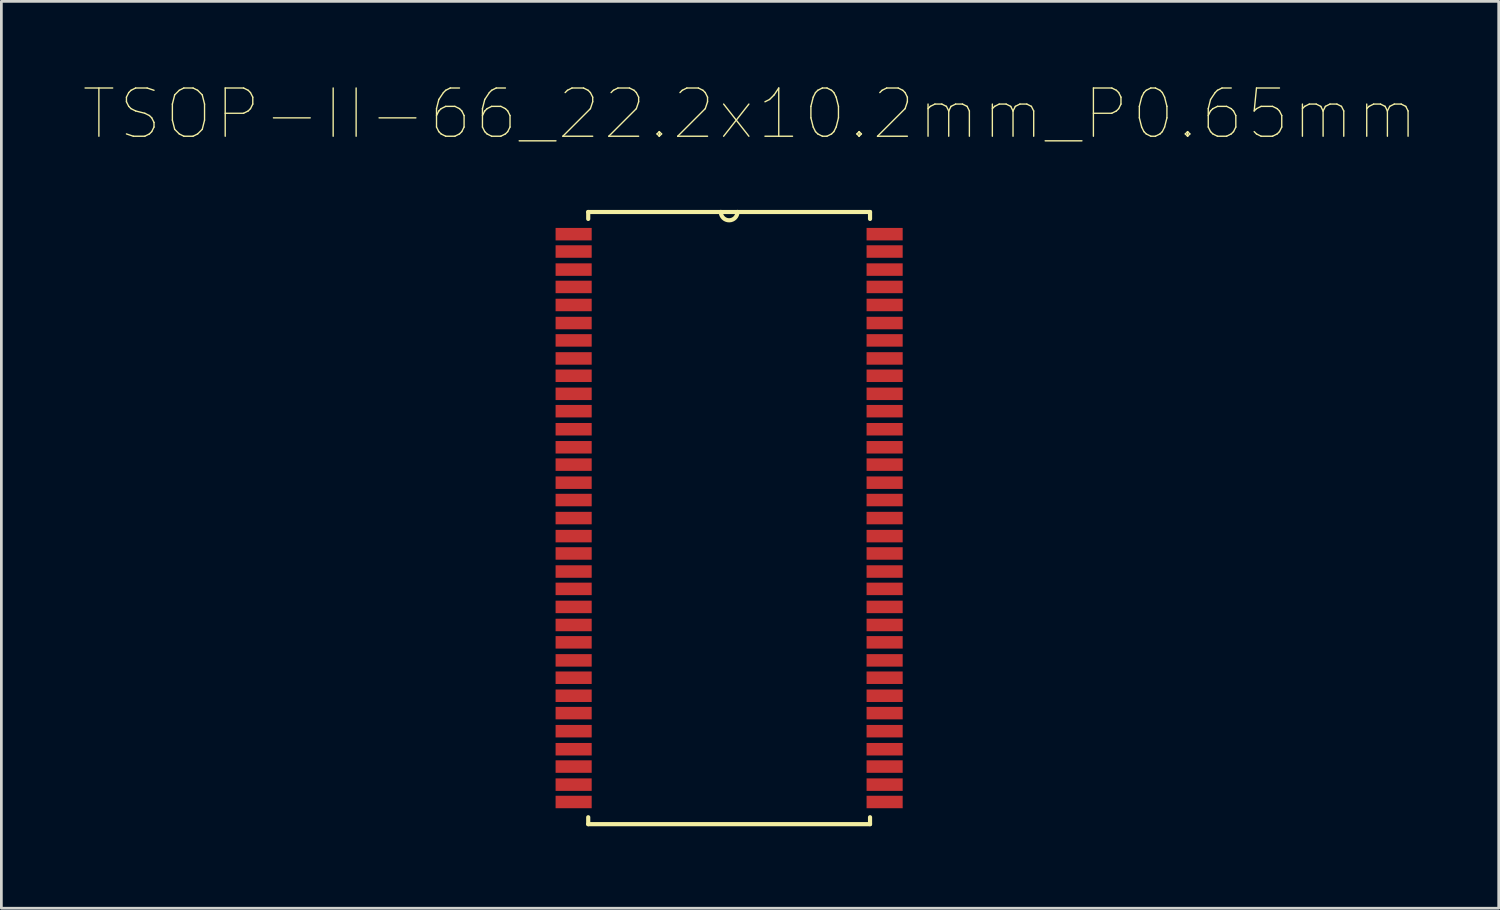
<source format=kicad_pcb>
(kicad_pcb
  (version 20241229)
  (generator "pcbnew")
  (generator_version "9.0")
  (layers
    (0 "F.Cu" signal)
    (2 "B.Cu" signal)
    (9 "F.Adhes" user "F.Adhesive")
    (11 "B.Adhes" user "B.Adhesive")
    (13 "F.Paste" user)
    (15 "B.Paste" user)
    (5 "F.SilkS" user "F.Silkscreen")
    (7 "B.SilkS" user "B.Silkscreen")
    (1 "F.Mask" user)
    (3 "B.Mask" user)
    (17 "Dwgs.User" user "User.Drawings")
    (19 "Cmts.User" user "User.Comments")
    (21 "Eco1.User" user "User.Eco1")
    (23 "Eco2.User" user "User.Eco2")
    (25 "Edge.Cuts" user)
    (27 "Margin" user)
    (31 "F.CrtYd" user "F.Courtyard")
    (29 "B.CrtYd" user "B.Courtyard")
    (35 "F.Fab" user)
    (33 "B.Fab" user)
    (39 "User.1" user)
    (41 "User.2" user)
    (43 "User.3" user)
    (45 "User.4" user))
  (footprint "TSOP-II-66_22.2x10.2mm_P0.65mm"
    (layer "F.Cu")
    (at 23.631 15.908)
    (property "Reference" "TSOP-II-66_22.2x10.2mm_P0.65mm" (at 0.765 -14.787 0) (layer "F.SilkS") (effects (font (size 1.765 1.765) (thickness 0.05))))
    (attr smd)
    (fp_line (start -5.156 -11.201) (end -5.156 -10.947) (stroke (width 0.152) (type solid)) (layer "F.SilkS"))
    (fp_line (start -5.156 10.947) (end -5.156 11.201) (stroke (width 0.152) (type solid)) (layer "F.SilkS"))
    (fp_line (start -5.156 11.201) (end 5.156 11.201) (stroke (width 0.152) (type solid)) (layer "F.SilkS"))
    (fp_line (start -0.305 -11.201) (end -5.156 -11.201) (stroke (width 0.152) (type solid)) (layer "F.SilkS"))
    (fp_line (start 0.305 -11.201) (end -0.305 -11.201) (stroke (width 0.152) (type solid)) (layer "F.SilkS"))
    (fp_line (start 5.156 -11.201) (end 0.305 -11.201) (stroke (width 0.152) (type solid)) (layer "F.SilkS"))
    (fp_line (start 5.156 -10.947) (end 5.156 -11.201) (stroke (width 0.152) (type solid)) (layer "F.SilkS"))
    (fp_line (start 5.156 11.201) (end 5.156 10.947) (stroke (width 0.152) (type solid)) (layer "F.SilkS"))
    (fp_arc (start 0.3048 -11.2014) (mid 0 -10.8966) (end -0.3048 -11.2014) (stroke (width 0.1524) (type solid)) (layer "F.SilkS"))
    (fp_line (start -5.969 -10.592) (end -5.969 -10.211) (stroke (width 0.1) (type solid)) (layer "Eco2.User"))
    (fp_line (start -5.969 -10.211) (end -5.156 -10.211) (stroke (width 0.1) (type solid)) (layer "Eco2.User"))
    (fp_line (start -5.969 -9.957) (end -5.969 -9.55) (stroke (width 0.1) (type solid)) (layer "Eco2.User"))
    (fp_line (start -5.969 -9.55) (end -5.156 -9.55) (stroke (width 0.1) (type solid)) (layer "Eco2.User"))
    (fp_line (start -5.969 -9.296) (end -5.969 -8.89) (stroke (width 0.1) (type solid)) (layer "Eco2.User"))
    (fp_line (start -5.969 -8.89) (end -5.156 -8.89) (stroke (width 0.1) (type solid)) (layer "Eco2.User"))
    (fp_line (start -5.969 -8.661) (end -5.969 -8.255) (stroke (width 0.1) (type solid)) (layer "Eco2.User"))
    (fp_line (start -5.969 -8.255) (end -5.156 -8.255) (stroke (width 0.1) (type solid)) (layer "Eco2.User"))
    (fp_line (start -5.969 -8.001) (end -5.969 -7.595) (stroke (width 0.1) (type solid)) (layer "Eco2.User"))
    (fp_line (start -5.969 -7.595) (end -5.156 -7.595) (stroke (width 0.1) (type solid)) (layer "Eco2.User"))
    (fp_line (start -5.969 -7.341) (end -5.969 -6.96) (stroke (width 0.1) (type solid)) (layer "Eco2.User"))
    (fp_line (start -5.969 -6.96) (end -5.156 -6.96) (stroke (width 0.1) (type solid)) (layer "Eco2.User"))
    (fp_line (start -5.969 -6.706) (end -5.969 -6.299) (stroke (width 0.1) (type solid)) (layer "Eco2.User"))
    (fp_line (start -5.969 -6.299) (end -5.156 -6.299) (stroke (width 0.1) (type solid)) (layer "Eco2.User"))
    (fp_line (start -5.969 -6.045) (end -5.969 -5.639) (stroke (width 0.1) (type solid)) (layer "Eco2.User"))
    (fp_line (start -5.969 -5.639) (end -5.156 -5.639) (stroke (width 0.1) (type solid)) (layer "Eco2.User"))
    (fp_line (start -5.969 -5.41) (end -5.969 -5.004) (stroke (width 0.1) (type solid)) (layer "Eco2.User"))
    (fp_line (start -5.969 -5.004) (end -5.156 -5.004) (stroke (width 0.1) (type solid)) (layer "Eco2.User"))
    (fp_line (start -5.969 -4.75) (end -5.969 -4.343) (stroke (width 0.1) (type solid)) (layer "Eco2.User"))
    (fp_line (start -5.969 -4.343) (end -5.156 -4.343) (stroke (width 0.1) (type solid)) (layer "Eco2.User"))
    (fp_line (start -5.969 -4.089) (end -5.969 -3.708) (stroke (width 0.1) (type solid)) (layer "Eco2.User"))
    (fp_line (start -5.969 -3.708) (end -5.156 -3.708) (stroke (width 0.1) (type solid)) (layer "Eco2.User"))
    (fp_line (start -5.969 -3.454) (end -5.969 -3.048) (stroke (width 0.1) (type solid)) (layer "Eco2.User"))
    (fp_line (start -5.969 -3.048) (end -5.156 -3.048) (stroke (width 0.1) (type solid)) (layer "Eco2.User"))
    (fp_line (start -5.969 -2.794) (end -5.969 -2.388) (stroke (width 0.1) (type solid)) (layer "Eco2.User"))
    (fp_line (start -5.969 -2.388) (end -5.156 -2.388) (stroke (width 0.1) (type solid)) (layer "Eco2.User"))
    (fp_line (start -5.969 -2.159) (end -5.969 -1.753) (stroke (width 0.1) (type solid)) (layer "Eco2.User"))
    (fp_line (start -5.969 -1.753) (end -5.156 -1.753) (stroke (width 0.1) (type solid)) (layer "Eco2.User"))
    (fp_line (start -5.969 -1.499) (end -5.969 -1.092) (stroke (width 0.1) (type solid)) (layer "Eco2.User"))
    (fp_line (start -5.969 -1.092) (end -5.156 -1.092) (stroke (width 0.1) (type solid)) (layer "Eco2.User"))
    (fp_line (start -5.969 -0.838) (end -5.969 -0.457) (stroke (width 0.1) (type solid)) (layer "Eco2.User"))
    (fp_line (start -5.969 -0.457) (end -5.156 -0.457) (stroke (width 0.1) (type solid)) (layer "Eco2.User"))
    (fp_line (start -5.969 -0.203) (end -5.969 0.203) (stroke (width 0.1) (type solid)) (layer "Eco2.User"))
    (fp_line (start -5.969 0.203) (end -5.156 0.203) (stroke (width 0.1) (type solid)) (layer "Eco2.User"))
    (fp_line (start -5.969 0.457) (end -5.969 0.838) (stroke (width 0.1) (type solid)) (layer "Eco2.User"))
    (fp_line (start -5.969 0.838) (end -5.156 0.838) (stroke (width 0.1) (type solid)) (layer "Eco2.User"))
    (fp_line (start -5.969 1.092) (end -5.969 1.499) (stroke (width 0.1) (type solid)) (layer "Eco2.User"))
    (fp_line (start -5.969 1.499) (end -5.156 1.499) (stroke (width 0.1) (type solid)) (layer "Eco2.User"))
    (fp_line (start -5.969 1.753) (end -5.969 2.159) (stroke (width 0.1) (type solid)) (layer "Eco2.User"))
    (fp_line (start -5.969 2.159) (end -5.156 2.159) (stroke (width 0.1) (type solid)) (layer "Eco2.User"))
    (fp_line (start -5.969 2.388) (end -5.969 2.794) (stroke (width 0.1) (type solid)) (layer "Eco2.User"))
    (fp_line (start -5.969 2.794) (end -5.156 2.794) (stroke (width 0.1) (type solid)) (layer "Eco2.User"))
    (fp_line (start -5.969 3.048) (end -5.969 3.454) (stroke (width 0.1) (type solid)) (layer "Eco2.User"))
    (fp_line (start -5.969 3.454) (end -5.156 3.454) (stroke (width 0.1) (type solid)) (layer "Eco2.User"))
    (fp_line (start -5.969 3.708) (end -5.969 4.089) (stroke (width 0.1) (type solid)) (layer "Eco2.User"))
    (fp_line (start -5.969 4.089) (end -5.156 4.089) (stroke (width 0.1) (type solid)) (layer "Eco2.User"))
    (fp_line (start -5.969 4.343) (end -5.969 4.75) (stroke (width 0.1) (type solid)) (layer "Eco2.User"))
    (fp_line (start -5.969 4.75) (end -5.156 4.75) (stroke (width 0.1) (type solid)) (layer "Eco2.User"))
    (fp_line (start -5.969 5.004) (end -5.969 5.41) (stroke (width 0.1) (type solid)) (layer "Eco2.User"))
    (fp_line (start -5.969 5.41) (end -5.156 5.41) (stroke (width 0.1) (type solid)) (layer "Eco2.User"))
    (fp_line (start -5.969 5.639) (end -5.969 6.045) (stroke (width 0.1) (type solid)) (layer "Eco2.User"))
    (fp_line (start -5.969 6.045) (end -5.156 6.045) (stroke (width 0.1) (type solid)) (layer "Eco2.User"))
    (fp_line (start -5.969 6.299) (end -5.969 6.706) (stroke (width 0.1) (type solid)) (layer "Eco2.User"))
    (fp_line (start -5.969 6.706) (end -5.156 6.706) (stroke (width 0.1) (type solid)) (layer "Eco2.User"))
    (fp_line (start -5.969 6.96) (end -5.969 7.341) (stroke (width 0.1) (type solid)) (layer "Eco2.User"))
    (fp_line (start -5.969 7.341) (end -5.156 7.341) (stroke (width 0.1) (type solid)) (layer "Eco2.User"))
    (fp_line (start -5.969 7.595) (end -5.969 8.001) (stroke (width 0.1) (type solid)) (layer "Eco2.User"))
    (fp_line (start -5.969 8.001) (end -5.156 8.001) (stroke (width 0.1) (type solid)) (layer "Eco2.User"))
    (fp_line (start -5.969 8.255) (end -5.969 8.661) (stroke (width 0.1) (type solid)) (layer "Eco2.User"))
    (fp_line (start -5.969 8.661) (end -5.156 8.661) (stroke (width 0.1) (type solid)) (layer "Eco2.User"))
    (fp_line (start -5.969 8.89) (end -5.969 9.296) (stroke (width 0.1) (type solid)) (layer "Eco2.User"))
    (fp_line (start -5.969 9.296) (end -5.156 9.296) (stroke (width 0.1) (type solid)) (layer "Eco2.User"))
    (fp_line (start -5.969 9.55) (end -5.969 9.957) (stroke (width 0.1) (type solid)) (layer "Eco2.User"))
    (fp_line (start -5.969 9.957) (end -5.156 9.957) (stroke (width 0.1) (type solid)) (layer "Eco2.User"))
    (fp_line (start -5.969 10.211) (end -5.969 10.592) (stroke (width 0.1) (type solid)) (layer "Eco2.User"))
    (fp_line (start -5.969 10.592) (end -5.156 10.592) (stroke (width 0.1) (type solid)) (layer "Eco2.User"))
    (fp_line (start -5.156 -11.201) (end -5.156 11.201) (stroke (width 0.1) (type solid)) (layer "Eco2.User"))
    (fp_line (start -5.156 -10.592) (end -5.969 -10.592) (stroke (width 0.1) (type solid)) (layer "Eco2.User"))
    (fp_line (start -5.156 -10.211) (end -5.156 -10.592) (stroke (width 0.1) (type solid)) (layer "Eco2.User"))
    (fp_line (start -5.156 -9.957) (end -5.969 -9.957) (stroke (width 0.1) (type solid)) (layer "Eco2.User"))
    (fp_line (start -5.156 -9.55) (end -5.156 -9.957) (stroke (width 0.1) (type solid)) (layer "Eco2.User"))
    (fp_line (start -5.156 -9.296) (end -5.969 -9.296) (stroke (width 0.1) (type solid)) (layer "Eco2.User"))
    (fp_line (start -5.156 -8.89) (end -5.156 -9.296) (stroke (width 0.1) (type solid)) (layer "Eco2.User"))
    (fp_line (start -5.156 -8.661) (end -5.969 -8.661) (stroke (width 0.1) (type solid)) (layer "Eco2.User"))
    (fp_line (start -5.156 -8.255) (end -5.156 -8.661) (stroke (width 0.1) (type solid)) (layer "Eco2.User"))
    (fp_line (start -5.156 -8.001) (end -5.969 -8.001) (stroke (width 0.1) (type solid)) (layer "Eco2.User"))
    (fp_line (start -5.156 -7.595) (end -5.156 -8.001) (stroke (width 0.1) (type solid)) (layer "Eco2.User"))
    (fp_line (start -5.156 -7.341) (end -5.969 -7.341) (stroke (width 0.1) (type solid)) (layer "Eco2.User"))
    (fp_line (start -5.156 -6.96) (end -5.156 -7.341) (stroke (width 0.1) (type solid)) (layer "Eco2.User"))
    (fp_line (start -5.156 -6.706) (end -5.969 -6.706) (stroke (width 0.1) (type solid)) (layer "Eco2.User"))
    (fp_line (start -5.156 -6.299) (end -5.156 -6.706) (stroke (width 0.1) (type solid)) (layer "Eco2.User"))
    (fp_line (start -5.156 -6.045) (end -5.969 -6.045) (stroke (width 0.1) (type solid)) (layer "Eco2.User"))
    (fp_line (start -5.156 -5.639) (end -5.156 -6.045) (stroke (width 0.1) (type solid)) (layer "Eco2.User"))
    (fp_line (start -5.156 -5.41) (end -5.969 -5.41) (stroke (width 0.1) (type solid)) (layer "Eco2.User"))
    (fp_line (start -5.156 -5.004) (end -5.156 -5.41) (stroke (width 0.1) (type solid)) (layer "Eco2.User"))
    (fp_line (start -5.156 -4.75) (end -5.969 -4.75) (stroke (width 0.1) (type solid)) (layer "Eco2.User"))
    (fp_line (start -5.156 -4.343) (end -5.156 -4.75) (stroke (width 0.1) (type solid)) (layer "Eco2.User"))
    (fp_line (start -5.156 -4.089) (end -5.969 -4.089) (stroke (width 0.1) (type solid)) (layer "Eco2.User"))
    (fp_line (start -5.156 -3.708) (end -5.156 -4.089) (stroke (width 0.1) (type solid)) (layer "Eco2.User"))
    (fp_line (start -5.156 -3.454) (end -5.969 -3.454) (stroke (width 0.1) (type solid)) (layer "Eco2.User"))
    (fp_line (start -5.156 -3.048) (end -5.156 -3.454) (stroke (width 0.1) (type solid)) (layer "Eco2.User"))
    (fp_line (start -5.156 -2.794) (end -5.969 -2.794) (stroke (width 0.1) (type solid)) (layer "Eco2.User"))
    (fp_line (start -5.156 -2.388) (end -5.156 -2.794) (stroke (width 0.1) (type solid)) (layer "Eco2.User"))
    (fp_line (start -5.156 -2.159) (end -5.969 -2.159) (stroke (width 0.1) (type solid)) (layer "Eco2.User"))
    (fp_line (start -5.156 -1.753) (end -5.156 -2.159) (stroke (width 0.1) (type solid)) (layer "Eco2.User"))
    (fp_line (start -5.156 -1.499) (end -5.969 -1.499) (stroke (width 0.1) (type solid)) (layer "Eco2.User"))
    (fp_line (start -5.156 -1.092) (end -5.156 -1.499) (stroke (width 0.1) (type solid)) (layer "Eco2.User"))
    (fp_line (start -5.156 -0.838) (end -5.969 -0.838) (stroke (width 0.1) (type solid)) (layer "Eco2.User"))
    (fp_line (start -5.156 -0.457) (end -5.156 -0.838) (stroke (width 0.1) (type solid)) (layer "Eco2.User"))
    (fp_line (start -5.156 -0.203) (end -5.969 -0.203) (stroke (width 0.1) (type solid)) (layer "Eco2.User"))
    (fp_line (start -5.156 0.203) (end -5.156 -0.203) (stroke (width 0.1) (type solid)) (layer "Eco2.User"))
    (fp_line (start -5.156 0.457) (end -5.969 0.457) (stroke (width 0.1) (type solid)) (layer "Eco2.User"))
    (fp_line (start -5.156 0.838) (end -5.156 0.457) (stroke (width 0.1) (type solid)) (layer "Eco2.User"))
    (fp_line (start -5.156 1.092) (end -5.969 1.092) (stroke (width 0.1) (type solid)) (layer "Eco2.User"))
    (fp_line (start -5.156 1.499) (end -5.156 1.092) (stroke (width 0.1) (type solid)) (layer "Eco2.User"))
    (fp_line (start -5.156 1.753) (end -5.969 1.753) (stroke (width 0.1) (type solid)) (layer "Eco2.User"))
    (fp_line (start -5.156 2.159) (end -5.156 1.753) (stroke (width 0.1) (type solid)) (layer "Eco2.User"))
    (fp_line (start -5.156 2.388) (end -5.969 2.388) (stroke (width 0.1) (type solid)) (layer "Eco2.User"))
    (fp_line (start -5.156 2.794) (end -5.156 2.388) (stroke (width 0.1) (type solid)) (layer "Eco2.User"))
    (fp_line (start -5.156 3.048) (end -5.969 3.048) (stroke (width 0.1) (type solid)) (layer "Eco2.User"))
    (fp_line (start -5.156 3.454) (end -5.156 3.048) (stroke (width 0.1) (type solid)) (layer "Eco2.User"))
    (fp_line (start -5.156 3.708) (end -5.969 3.708) (stroke (width 0.1) (type solid)) (layer "Eco2.User"))
    (fp_line (start -5.156 4.089) (end -5.156 3.708) (stroke (width 0.1) (type solid)) (layer "Eco2.User"))
    (fp_line (start -5.156 4.343) (end -5.969 4.343) (stroke (width 0.1) (type solid)) (layer "Eco2.User"))
    (fp_line (start -5.156 4.75) (end -5.156 4.343) (stroke (width 0.1) (type solid)) (layer "Eco2.User"))
    (fp_line (start -5.156 5.004) (end -5.969 5.004) (stroke (width 0.1) (type solid)) (layer "Eco2.User"))
    (fp_line (start -5.156 5.41) (end -5.156 5.004) (stroke (width 0.1) (type solid)) (layer "Eco2.User"))
    (fp_line (start -5.156 5.639) (end -5.969 5.639) (stroke (width 0.1) (type solid)) (layer "Eco2.User"))
    (fp_line (start -5.156 6.045) (end -5.156 5.639) (stroke (width 0.1) (type solid)) (layer "Eco2.User"))
    (fp_line (start -5.156 6.299) (end -5.969 6.299) (stroke (width 0.1) (type solid)) (layer "Eco2.User"))
    (fp_line (start -5.156 6.706) (end -5.156 6.299) (stroke (width 0.1) (type solid)) (layer "Eco2.User"))
    (fp_line (start -5.156 6.96) (end -5.969 6.96) (stroke (width 0.1) (type solid)) (layer "Eco2.User"))
    (fp_line (start -5.156 7.341) (end -5.156 6.96) (stroke (width 0.1) (type solid)) (layer "Eco2.User"))
    (fp_line (start -5.156 7.595) (end -5.969 7.595) (stroke (width 0.1) (type solid)) (layer "Eco2.User"))
    (fp_line (start -5.156 8.001) (end -5.156 7.595) (stroke (width 0.1) (type solid)) (layer "Eco2.User"))
    (fp_line (start -5.156 8.255) (end -5.969 8.255) (stroke (width 0.1) (type solid)) (layer "Eco2.User"))
    (fp_line (start -5.156 8.661) (end -5.156 8.255) (stroke (width 0.1) (type solid)) (layer "Eco2.User"))
    (fp_line (start -5.156 8.89) (end -5.969 8.89) (stroke (width 0.1) (type solid)) (layer "Eco2.User"))
    (fp_line (start -5.156 9.296) (end -5.156 8.89) (stroke (width 0.1) (type solid)) (layer "Eco2.User"))
    (fp_line (start -5.156 9.55) (end -5.969 9.55) (stroke (width 0.1) (type solid)) (layer "Eco2.User"))
    (fp_line (start -5.156 9.957) (end -5.156 9.55) (stroke (width 0.1) (type solid)) (layer "Eco2.User"))
    (fp_line (start -5.156 10.211) (end -5.969 10.211) (stroke (width 0.1) (type solid)) (layer "Eco2.User"))
    (fp_line (start -5.156 10.592) (end -5.156 10.211) (stroke (width 0.1) (type solid)) (layer "Eco2.User"))
    (fp_line (start -5.156 11.201) (end 5.156 11.201) (stroke (width 0.1) (type solid)) (layer "Eco2.User"))
    (fp_line (start -0.305 -11.201) (end -5.156 -11.201) (stroke (width 0.1) (type solid)) (layer "Eco2.User"))
    (fp_line (start 0.305 -11.201) (end -0.305 -11.201) (stroke (width 0.1) (type solid)) (layer "Eco2.User"))
    (fp_line (start 5.156 -11.201) (end 0.305 -11.201) (stroke (width 0.1) (type solid)) (layer "Eco2.User"))
    (fp_line (start 5.156 -10.592) (end 5.156 -10.211) (stroke (width 0.1) (type solid)) (layer "Eco2.User"))
    (fp_line (start 5.156 -10.211) (end 5.969 -10.211) (stroke (width 0.1) (type solid)) (layer "Eco2.User"))
    (fp_line (start 5.156 -9.957) (end 5.156 -9.55) (stroke (width 0.1) (type solid)) (layer "Eco2.User"))
    (fp_line (start 5.156 -9.55) (end 5.969 -9.55) (stroke (width 0.1) (type solid)) (layer "Eco2.User"))
    (fp_line (start 5.156 -9.296) (end 5.156 -8.89) (stroke (width 0.1) (type solid)) (layer "Eco2.User"))
    (fp_line (start 5.156 -8.89) (end 5.969 -8.89) (stroke (width 0.1) (type solid)) (layer "Eco2.User"))
    (fp_line (start 5.156 -8.661) (end 5.156 -8.255) (stroke (width 0.1) (type solid)) (layer "Eco2.User"))
    (fp_line (start 5.156 -8.255) (end 5.969 -8.255) (stroke (width 0.1) (type solid)) (layer "Eco2.User"))
    (fp_line (start 5.156 -8.001) (end 5.156 -7.595) (stroke (width 0.1) (type solid)) (layer "Eco2.User"))
    (fp_line (start 5.156 -7.595) (end 5.969 -7.595) (stroke (width 0.1) (type solid)) (layer "Eco2.User"))
    (fp_line (start 5.156 -7.341) (end 5.156 -6.96) (stroke (width 0.1) (type solid)) (layer "Eco2.User"))
    (fp_line (start 5.156 -6.96) (end 5.969 -6.96) (stroke (width 0.1) (type solid)) (layer "Eco2.User"))
    (fp_line (start 5.156 -6.706) (end 5.156 -6.299) (stroke (width 0.1) (type solid)) (layer "Eco2.User"))
    (fp_line (start 5.156 -6.299) (end 5.969 -6.299) (stroke (width 0.1) (type solid)) (layer "Eco2.User"))
    (fp_line (start 5.156 -6.045) (end 5.156 -5.639) (stroke (width 0.1) (type solid)) (layer "Eco2.User"))
    (fp_line (start 5.156 -5.639) (end 5.969 -5.639) (stroke (width 0.1) (type solid)) (layer "Eco2.User"))
    (fp_line (start 5.156 -5.41) (end 5.156 -5.004) (stroke (width 0.1) (type solid)) (layer "Eco2.User"))
    (fp_line (start 5.156 -5.004) (end 5.969 -5.004) (stroke (width 0.1) (type solid)) (layer "Eco2.User"))
    (fp_line (start 5.156 -4.75) (end 5.156 -4.343) (stroke (width 0.1) (type solid)) (layer "Eco2.User"))
    (fp_line (start 5.156 -4.343) (end 5.969 -4.343) (stroke (width 0.1) (type solid)) (layer "Eco2.User"))
    (fp_line (start 5.156 -4.089) (end 5.156 -3.708) (stroke (width 0.1) (type solid)) (layer "Eco2.User"))
    (fp_line (start 5.156 -3.708) (end 5.969 -3.708) (stroke (width 0.1) (type solid)) (layer "Eco2.User"))
    (fp_line (start 5.156 -3.454) (end 5.156 -3.048) (stroke (width 0.1) (type solid)) (layer "Eco2.User"))
    (fp_line (start 5.156 -3.048) (end 5.969 -3.048) (stroke (width 0.1) (type solid)) (layer "Eco2.User"))
    (fp_line (start 5.156 -2.794) (end 5.156 -2.388) (stroke (width 0.1) (type solid)) (layer "Eco2.User"))
    (fp_line (start 5.156 -2.388) (end 5.969 -2.388) (stroke (width 0.1) (type solid)) (layer "Eco2.User"))
    (fp_line (start 5.156 -2.159) (end 5.156 -1.753) (stroke (width 0.1) (type solid)) (layer "Eco2.User"))
    (fp_line (start 5.156 -1.753) (end 5.969 -1.753) (stroke (width 0.1) (type solid)) (layer "Eco2.User"))
    (fp_line (start 5.156 -1.499) (end 5.156 -1.092) (stroke (width 0.1) (type solid)) (layer "Eco2.User"))
    (fp_line (start 5.156 -1.092) (end 5.969 -1.092) (stroke (width 0.1) (type solid)) (layer "Eco2.User"))
    (fp_line (start 5.156 -0.838) (end 5.156 -0.457) (stroke (width 0.1) (type solid)) (layer "Eco2.User"))
    (fp_line (start 5.156 -0.457) (end 5.969 -0.457) (stroke (width 0.1) (type solid)) (layer "Eco2.User"))
    (fp_line (start 5.156 -0.203) (end 5.156 0.203) (stroke (width 0.1) (type solid)) (layer "Eco2.User"))
    (fp_line (start 5.156 0.203) (end 5.969 0.203) (stroke (width 0.1) (type solid)) (layer "Eco2.User"))
    (fp_line (start 5.156 0.457) (end 5.156 0.838) (stroke (width 0.1) (type solid)) (layer "Eco2.User"))
    (fp_line (start 5.156 0.838) (end 5.969 0.838) (stroke (width 0.1) (type solid)) (layer "Eco2.User"))
    (fp_line (start 5.156 1.092) (end 5.156 1.499) (stroke (width 0.1) (type solid)) (layer "Eco2.User"))
    (fp_line (start 5.156 1.499) (end 5.969 1.499) (stroke (width 0.1) (type solid)) (layer "Eco2.User"))
    (fp_line (start 5.156 1.753) (end 5.156 2.159) (stroke (width 0.1) (type solid)) (layer "Eco2.User"))
    (fp_line (start 5.156 2.159) (end 5.969 2.159) (stroke (width 0.1) (type solid)) (layer "Eco2.User"))
    (fp_line (start 5.156 2.388) (end 5.156 2.794) (stroke (width 0.1) (type solid)) (layer "Eco2.User"))
    (fp_line (start 5.156 2.794) (end 5.969 2.794) (stroke (width 0.1) (type solid)) (layer "Eco2.User"))
    (fp_line (start 5.156 3.048) (end 5.156 3.454) (stroke (width 0.1) (type solid)) (layer "Eco2.User"))
    (fp_line (start 5.156 3.454) (end 5.969 3.454) (stroke (width 0.1) (type solid)) (layer "Eco2.User"))
    (fp_line (start 5.156 3.708) (end 5.156 4.089) (stroke (width 0.1) (type solid)) (layer "Eco2.User"))
    (fp_line (start 5.156 4.089) (end 5.969 4.089) (stroke (width 0.1) (type solid)) (layer "Eco2.User"))
    (fp_line (start 5.156 4.343) (end 5.156 4.75) (stroke (width 0.1) (type solid)) (layer "Eco2.User"))
    (fp_line (start 5.156 4.75) (end 5.969 4.75) (stroke (width 0.1) (type solid)) (layer "Eco2.User"))
    (fp_line (start 5.156 5.004) (end 5.156 5.41) (stroke (width 0.1) (type solid)) (layer "Eco2.User"))
    (fp_line (start 5.156 5.41) (end 5.969 5.41) (stroke (width 0.1) (type solid)) (layer "Eco2.User"))
    (fp_line (start 5.156 5.639) (end 5.156 6.045) (stroke (width 0.1) (type solid)) (layer "Eco2.User"))
    (fp_line (start 5.156 6.045) (end 5.969 6.045) (stroke (width 0.1) (type solid)) (layer "Eco2.User"))
    (fp_line (start 5.156 6.299) (end 5.156 6.706) (stroke (width 0.1) (type solid)) (layer "Eco2.User"))
    (fp_line (start 5.156 6.706) (end 5.969 6.706) (stroke (width 0.1) (type solid)) (layer "Eco2.User"))
    (fp_line (start 5.156 6.96) (end 5.156 7.341) (stroke (width 0.1) (type solid)) (layer "Eco2.User"))
    (fp_line (start 5.156 7.341) (end 5.969 7.341) (stroke (width 0.1) (type solid)) (layer "Eco2.User"))
    (fp_line (start 5.156 7.595) (end 5.156 8.001) (stroke (width 0.1) (type solid)) (layer "Eco2.User"))
    (fp_line (start 5.156 8.001) (end 5.969 8.001) (stroke (width 0.1) (type solid)) (layer "Eco2.User"))
    (fp_line (start 5.156 8.255) (end 5.156 8.661) (stroke (width 0.1) (type solid)) (layer "Eco2.User"))
    (fp_line (start 5.156 8.661) (end 5.969 8.661) (stroke (width 0.1) (type solid)) (layer "Eco2.User"))
    (fp_line (start 5.156 8.89) (end 5.156 9.296) (stroke (width 0.1) (type solid)) (layer "Eco2.User"))
    (fp_line (start 5.156 9.296) (end 5.969 9.296) (stroke (width 0.1) (type solid)) (layer "Eco2.User"))
    (fp_line (start 5.156 9.55) (end 5.156 9.957) (stroke (width 0.1) (type solid)) (layer "Eco2.User"))
    (fp_line (start 5.156 9.957) (end 5.969 9.957) (stroke (width 0.1) (type solid)) (layer "Eco2.User"))
    (fp_line (start 5.156 10.211) (end 5.156 10.592) (stroke (width 0.1) (type solid)) (layer "Eco2.User"))
    (fp_line (start 5.156 10.592) (end 5.969 10.592) (stroke (width 0.1) (type solid)) (layer "Eco2.User"))
    (fp_line (start 5.156 11.201) (end 5.156 -11.201) (stroke (width 0.1) (type solid)) (layer "Eco2.User"))
    (fp_line (start 5.969 -10.592) (end 5.156 -10.592) (stroke (width 0.1) (type solid)) (layer "Eco2.User"))
    (fp_line (start 5.969 -10.211) (end 5.969 -10.592) (stroke (width 0.1) (type solid)) (layer "Eco2.User"))
    (fp_line (start 5.969 -9.957) (end 5.156 -9.957) (stroke (width 0.1) (type solid)) (layer "Eco2.User"))
    (fp_line (start 5.969 -9.55) (end 5.969 -9.957) (stroke (width 0.1) (type solid)) (layer "Eco2.User"))
    (fp_line (start 5.969 -9.296) (end 5.156 -9.296) (stroke (width 0.1) (type solid)) (layer "Eco2.User"))
    (fp_line (start 5.969 -8.89) (end 5.969 -9.296) (stroke (width 0.1) (type solid)) (layer "Eco2.User"))
    (fp_line (start 5.969 -8.661) (end 5.156 -8.661) (stroke (width 0.1) (type solid)) (layer "Eco2.User"))
    (fp_line (start 5.969 -8.255) (end 5.969 -8.661) (stroke (width 0.1) (type solid)) (layer "Eco2.User"))
    (fp_line (start 5.969 -8.001) (end 5.156 -8.001) (stroke (width 0.1) (type solid)) (layer "Eco2.User"))
    (fp_line (start 5.969 -7.595) (end 5.969 -8.001) (stroke (width 0.1) (type solid)) (layer "Eco2.User"))
    (fp_line (start 5.969 -7.341) (end 5.156 -7.341) (stroke (width 0.1) (type solid)) (layer "Eco2.User"))
    (fp_line (start 5.969 -6.96) (end 5.969 -7.341) (stroke (width 0.1) (type solid)) (layer "Eco2.User"))
    (fp_line (start 5.969 -6.706) (end 5.156 -6.706) (stroke (width 0.1) (type solid)) (layer "Eco2.User"))
    (fp_line (start 5.969 -6.299) (end 5.969 -6.706) (stroke (width 0.1) (type solid)) (layer "Eco2.User"))
    (fp_line (start 5.969 -6.045) (end 5.156 -6.045) (stroke (width 0.1) (type solid)) (layer "Eco2.User"))
    (fp_line (start 5.969 -5.639) (end 5.969 -6.045) (stroke (width 0.1) (type solid)) (layer "Eco2.User"))
    (fp_line (start 5.969 -5.41) (end 5.156 -5.41) (stroke (width 0.1) (type solid)) (layer "Eco2.User"))
    (fp_line (start 5.969 -5.004) (end 5.969 -5.41) (stroke (width 0.1) (type solid)) (layer "Eco2.User"))
    (fp_line (start 5.969 -4.75) (end 5.156 -4.75) (stroke (width 0.1) (type solid)) (layer "Eco2.User"))
    (fp_line (start 5.969 -4.343) (end 5.969 -4.75) (stroke (width 0.1) (type solid)) (layer "Eco2.User"))
    (fp_line (start 5.969 -4.089) (end 5.156 -4.089) (stroke (width 0.1) (type solid)) (layer "Eco2.User"))
    (fp_line (start 5.969 -3.708) (end 5.969 -4.089) (stroke (width 0.1) (type solid)) (layer "Eco2.User"))
    (fp_line (start 5.969 -3.454) (end 5.156 -3.454) (stroke (width 0.1) (type solid)) (layer "Eco2.User"))
    (fp_line (start 5.969 -3.048) (end 5.969 -3.454) (stroke (width 0.1) (type solid)) (layer "Eco2.User"))
    (fp_line (start 5.969 -2.794) (end 5.156 -2.794) (stroke (width 0.1) (type solid)) (layer "Eco2.User"))
    (fp_line (start 5.969 -2.388) (end 5.969 -2.794) (stroke (width 0.1) (type solid)) (layer "Eco2.User"))
    (fp_line (start 5.969 -2.159) (end 5.156 -2.159) (stroke (width 0.1) (type solid)) (layer "Eco2.User"))
    (fp_line (start 5.969 -1.753) (end 5.969 -2.159) (stroke (width 0.1) (type solid)) (layer "Eco2.User"))
    (fp_line (start 5.969 -1.499) (end 5.156 -1.499) (stroke (width 0.1) (type solid)) (layer "Eco2.User"))
    (fp_line (start 5.969 -1.092) (end 5.969 -1.499) (stroke (width 0.1) (type solid)) (layer "Eco2.User"))
    (fp_line (start 5.969 -0.838) (end 5.156 -0.838) (stroke (width 0.1) (type solid)) (layer "Eco2.User"))
    (fp_line (start 5.969 -0.457) (end 5.969 -0.838) (stroke (width 0.1) (type solid)) (layer "Eco2.User"))
    (fp_line (start 5.969 -0.203) (end 5.156 -0.203) (stroke (width 0.1) (type solid)) (layer "Eco2.User"))
    (fp_line (start 5.969 0.203) (end 5.969 -0.203) (stroke (width 0.1) (type solid)) (layer "Eco2.User"))
    (fp_line (start 5.969 0.457) (end 5.156 0.457) (stroke (width 0.1) (type solid)) (layer "Eco2.User"))
    (fp_line (start 5.969 0.838) (end 5.969 0.457) (stroke (width 0.1) (type solid)) (layer "Eco2.User"))
    (fp_line (start 5.969 1.092) (end 5.156 1.092) (stroke (width 0.1) (type solid)) (layer "Eco2.User"))
    (fp_line (start 5.969 1.499) (end 5.969 1.092) (stroke (width 0.1) (type solid)) (layer "Eco2.User"))
    (fp_line (start 5.969 1.753) (end 5.156 1.753) (stroke (width 0.1) (type solid)) (layer "Eco2.User"))
    (fp_line (start 5.969 2.159) (end 5.969 1.753) (stroke (width 0.1) (type solid)) (layer "Eco2.User"))
    (fp_line (start 5.969 2.388) (end 5.156 2.388) (stroke (width 0.1) (type solid)) (layer "Eco2.User"))
    (fp_line (start 5.969 2.794) (end 5.969 2.388) (stroke (width 0.1) (type solid)) (layer "Eco2.User"))
    (fp_line (start 5.969 3.048) (end 5.156 3.048) (stroke (width 0.1) (type solid)) (layer "Eco2.User"))
    (fp_line (start 5.969 3.454) (end 5.969 3.048) (stroke (width 0.1) (type solid)) (layer "Eco2.User"))
    (fp_line (start 5.969 3.708) (end 5.156 3.708) (stroke (width 0.1) (type solid)) (layer "Eco2.User"))
    (fp_line (start 5.969 4.089) (end 5.969 3.708) (stroke (width 0.1) (type solid)) (layer "Eco2.User"))
    (fp_line (start 5.969 4.343) (end 5.156 4.343) (stroke (width 0.1) (type solid)) (layer "Eco2.User"))
    (fp_line (start 5.969 4.75) (end 5.969 4.343) (stroke (width 0.1) (type solid)) (layer "Eco2.User"))
    (fp_line (start 5.969 5.004) (end 5.156 5.004) (stroke (width 0.1) (type solid)) (layer "Eco2.User"))
    (fp_line (start 5.969 5.41) (end 5.969 5.004) (stroke (width 0.1) (type solid)) (layer "Eco2.User"))
    (fp_line (start 5.969 5.639) (end 5.156 5.639) (stroke (width 0.1) (type solid)) (layer "Eco2.User"))
    (fp_line (start 5.969 6.045) (end 5.969 5.639) (stroke (width 0.1) (type solid)) (layer "Eco2.User"))
    (fp_line (start 5.969 6.299) (end 5.156 6.299) (stroke (width 0.1) (type solid)) (layer "Eco2.User"))
    (fp_line (start 5.969 6.706) (end 5.969 6.299) (stroke (width 0.1) (type solid)) (layer "Eco2.User"))
    (fp_line (start 5.969 6.96) (end 5.156 6.96) (stroke (width 0.1) (type solid)) (layer "Eco2.User"))
    (fp_line (start 5.969 7.341) (end 5.969 6.96) (stroke (width 0.1) (type solid)) (layer "Eco2.User"))
    (fp_line (start 5.969 7.595) (end 5.156 7.595) (stroke (width 0.1) (type solid)) (layer "Eco2.User"))
    (fp_line (start 5.969 8.001) (end 5.969 7.595) (stroke (width 0.1) (type solid)) (layer "Eco2.User"))
    (fp_line (start 5.969 8.255) (end 5.156 8.255) (stroke (width 0.1) (type solid)) (layer "Eco2.User"))
    (fp_line (start 5.969 8.661) (end 5.969 8.255) (stroke (width 0.1) (type solid)) (layer "Eco2.User"))
    (fp_line (start 5.969 8.89) (end 5.156 8.89) (stroke (width 0.1) (type solid)) (layer "Eco2.User"))
    (fp_line (start 5.969 9.296) (end 5.969 8.89) (stroke (width 0.1) (type solid)) (layer "Eco2.User"))
    (fp_line (start 5.969 9.55) (end 5.156 9.55) (stroke (width 0.1) (type solid)) (layer "Eco2.User"))
    (fp_line (start 5.969 9.957) (end 5.969 9.55) (stroke (width 0.1) (type solid)) (layer "Eco2.User"))
    (fp_line (start 5.969 10.211) (end 5.156 10.211) (stroke (width 0.1) (type solid)) (layer "Eco2.User"))
    (fp_line (start 5.969 10.592) (end 5.969 10.211) (stroke (width 0.1) (type solid)) (layer "Eco2.User"))
    (fp_arc (start 0.3048 -11.2014) (mid 0 -10.8966) (end -0.3048 -11.2014) (stroke (width 0.1) (type solid)) (layer "Eco2.User"))
    (pad "1" smd rect (at -5.69 -10.389) (size 1.321 0.457) (layers "F.Cu" "F.Mask" "F.Paste"))
    (pad "2" smd rect (at -5.69 -9.754) (size 1.321 0.457) (layers "F.Cu" "F.Mask" "F.Paste"))
    (pad "3" smd rect (at -5.69 -9.093) (size 1.321 0.457) (layers "F.Cu" "F.Mask" "F.Paste"))
    (pad "4" smd rect (at -5.69 -8.458) (size 1.321 0.457) (layers "F.Cu" "F.Mask" "F.Paste"))
    (pad "5" smd rect (at -5.69 -7.798) (size 1.321 0.457) (layers "F.Cu" "F.Mask" "F.Paste"))
    (pad "6" smd rect (at -5.69 -7.137) (size 1.321 0.457) (layers "F.Cu" "F.Mask" "F.Paste"))
    (pad "7" smd rect (at -5.69 -6.502) (size 1.321 0.457) (layers "F.Cu" "F.Mask" "F.Paste"))
    (pad "8" smd rect (at -5.69 -5.842) (size 1.321 0.457) (layers "F.Cu" "F.Mask" "F.Paste"))
    (pad "9" smd rect (at -5.69 -5.207) (size 1.321 0.457) (layers "F.Cu" "F.Mask" "F.Paste"))
    (pad "10" smd rect (at -5.69 -4.547) (size 1.321 0.457) (layers "F.Cu" "F.Mask" "F.Paste"))
    (pad "11" smd rect (at -5.69 -3.912) (size 1.321 0.457) (layers "F.Cu" "F.Mask" "F.Paste"))
    (pad "12" smd rect (at -5.69 -3.251) (size 1.321 0.457) (layers "F.Cu" "F.Mask" "F.Paste"))
    (pad "13" smd rect (at -5.69 -2.591) (size 1.321 0.457) (layers "F.Cu" "F.Mask" "F.Paste"))
    (pad "14" smd rect (at -5.69 -1.956) (size 1.321 0.457) (layers "F.Cu" "F.Mask" "F.Paste"))
    (pad "15" smd rect (at -5.69 -1.295) (size 1.321 0.457) (layers "F.Cu" "F.Mask" "F.Paste"))
    (pad "16" smd rect (at -5.69 -0.66) (size 1.321 0.457) (layers "F.Cu" "F.Mask" "F.Paste"))
    (pad "17" smd rect (at -5.69 0) (size 1.321 0.457) (layers "F.Cu" "F.Mask" "F.Paste"))
    (pad "18" smd rect (at -5.69 0.66) (size 1.321 0.457) (layers "F.Cu" "F.Mask" "F.Paste"))
    (pad "19" smd rect (at -5.69 1.295) (size 1.321 0.457) (layers "F.Cu" "F.Mask" "F.Paste"))
    (pad "20" smd rect (at -5.69 1.956) (size 1.321 0.457) (layers "F.Cu" "F.Mask" "F.Paste"))
    (pad "21" smd rect (at -5.69 2.591) (size 1.321 0.457) (layers "F.Cu" "F.Mask" "F.Paste"))
    (pad "22" smd rect (at -5.69 3.251) (size 1.321 0.457) (layers "F.Cu" "F.Mask" "F.Paste"))
    (pad "23" smd rect (at -5.69 3.912) (size 1.321 0.457) (layers "F.Cu" "F.Mask" "F.Paste"))
    (pad "24" smd rect (at -5.69 4.547) (size 1.321 0.457) (layers "F.Cu" "F.Mask" "F.Paste"))
    (pad "25" smd rect (at -5.69 5.207) (size 1.321 0.457) (layers "F.Cu" "F.Mask" "F.Paste"))
    (pad "26" smd rect (at -5.69 5.842) (size 1.321 0.457) (layers "F.Cu" "F.Mask" "F.Paste"))
    (pad "27" smd rect (at -5.69 6.502) (size 1.321 0.457) (layers "F.Cu" "F.Mask" "F.Paste"))
    (pad "28" smd rect (at -5.69 7.137) (size 1.321 0.457) (layers "F.Cu" "F.Mask" "F.Paste"))
    (pad "29" smd rect (at -5.69 7.798) (size 1.321 0.457) (layers "F.Cu" "F.Mask" "F.Paste"))
    (pad "30" smd rect (at -5.69 8.458) (size 1.321 0.457) (layers "F.Cu" "F.Mask" "F.Paste"))
    (pad "31" smd rect (at -5.69 9.093) (size 1.321 0.457) (layers "F.Cu" "F.Mask" "F.Paste"))
    (pad "32" smd rect (at -5.69 9.754) (size 1.321 0.457) (layers "F.Cu" "F.Mask" "F.Paste"))
    (pad "33" smd rect (at -5.69 10.389) (size 1.321 0.457) (layers "F.Cu" "F.Mask" "F.Paste"))
    (pad "34" smd rect (at 5.69 10.389) (size 1.321 0.457) (layers "F.Cu" "F.Mask" "F.Paste"))
    (pad "35" smd rect (at 5.69 9.754) (size 1.321 0.457) (layers "F.Cu" "F.Mask" "F.Paste"))
    (pad "36" smd rect (at 5.69 9.093) (size 1.321 0.457) (layers "F.Cu" "F.Mask" "F.Paste"))
    (pad "37" smd rect (at 5.69 8.458) (size 1.321 0.457) (layers "F.Cu" "F.Mask" "F.Paste"))
    (pad "38" smd rect (at 5.69 7.798) (size 1.321 0.457) (layers "F.Cu" "F.Mask" "F.Paste"))
    (pad "39" smd rect (at 5.69 7.137) (size 1.321 0.457) (layers "F.Cu" "F.Mask" "F.Paste"))
    (pad "40" smd rect (at 5.69 6.502) (size 1.321 0.457) (layers "F.Cu" "F.Mask" "F.Paste"))
    (pad "41" smd rect (at 5.69 5.842) (size 1.321 0.457) (layers "F.Cu" "F.Mask" "F.Paste"))
    (pad "42" smd rect (at 5.69 5.207) (size 1.321 0.457) (layers "F.Cu" "F.Mask" "F.Paste"))
    (pad "43" smd rect (at 5.69 4.547) (size 1.321 0.457) (layers "F.Cu" "F.Mask" "F.Paste"))
    (pad "44" smd rect (at 5.69 3.912) (size 1.321 0.457) (layers "F.Cu" "F.Mask" "F.Paste"))
    (pad "45" smd rect (at 5.69 3.251) (size 1.321 0.457) (layers "F.Cu" "F.Mask" "F.Paste"))
    (pad "46" smd rect (at 5.69 2.591) (size 1.321 0.457) (layers "F.Cu" "F.Mask" "F.Paste"))
    (pad "47" smd rect (at 5.69 1.956) (size 1.321 0.457) (layers "F.Cu" "F.Mask" "F.Paste"))
    (pad "48" smd rect (at 5.69 1.295) (size 1.321 0.457) (layers "F.Cu" "F.Mask" "F.Paste"))
    (pad "49" smd rect (at 5.69 0.66) (size 1.321 0.457) (layers "F.Cu" "F.Mask" "F.Paste"))
    (pad "50" smd rect (at 5.69 0) (size 1.321 0.457) (layers "F.Cu" "F.Mask" "F.Paste"))
    (pad "51" smd rect (at 5.69 -0.66) (size 1.321 0.457) (layers "F.Cu" "F.Mask" "F.Paste"))
    (pad "52" smd rect (at 5.69 -1.295) (size 1.321 0.457) (layers "F.Cu" "F.Mask" "F.Paste"))
    (pad "53" smd rect (at 5.69 -1.956) (size 1.321 0.457) (layers "F.Cu" "F.Mask" "F.Paste"))
    (pad "54" smd rect (at 5.69 -2.591) (size 1.321 0.457) (layers "F.Cu" "F.Mask" "F.Paste"))
    (pad "55" smd rect (at 5.69 -3.251) (size 1.321 0.457) (layers "F.Cu" "F.Mask" "F.Paste"))
    (pad "56" smd rect (at 5.69 -3.912) (size 1.321 0.457) (layers "F.Cu" "F.Mask" "F.Paste"))
    (pad "57" smd rect (at 5.69 -4.547) (size 1.321 0.457) (layers "F.Cu" "F.Mask" "F.Paste"))
    (pad "58" smd rect (at 5.69 -5.207) (size 1.321 0.457) (layers "F.Cu" "F.Mask" "F.Paste"))
    (pad "59" smd rect (at 5.69 -5.842) (size 1.321 0.457) (layers "F.Cu" "F.Mask" "F.Paste"))
    (pad "60" smd rect (at 5.69 -6.502) (size 1.321 0.457) (layers "F.Cu" "F.Mask" "F.Paste"))
    (pad "61" smd rect (at 5.69 -7.137) (size 1.321 0.457) (layers "F.Cu" "F.Mask" "F.Paste"))
    (pad "62" smd rect (at 5.69 -7.798) (size 1.321 0.457) (layers "F.Cu" "F.Mask" "F.Paste"))
    (pad "63" smd rect (at 5.69 -8.458) (size 1.321 0.457) (layers "F.Cu" "F.Mask" "F.Paste"))
    (pad "64" smd rect (at 5.69 -9.093) (size 1.321 0.457) (layers "F.Cu" "F.Mask" "F.Paste"))
    (pad "65" smd rect (at 5.69 -9.754) (size 1.321 0.457) (layers "F.Cu" "F.Mask" "F.Paste"))
    (pad "66" smd rect (at 5.69 -10.389) (size 1.321 0.457) (layers "F.Cu" "F.Mask" "F.Paste")))
  (gr_rect
    (start -3 -3)
    (end 51.792 30.185)
    (stroke (width 0.1) (type default))
    (fill no)
    (layer "Edge.Cuts")))
</source>
